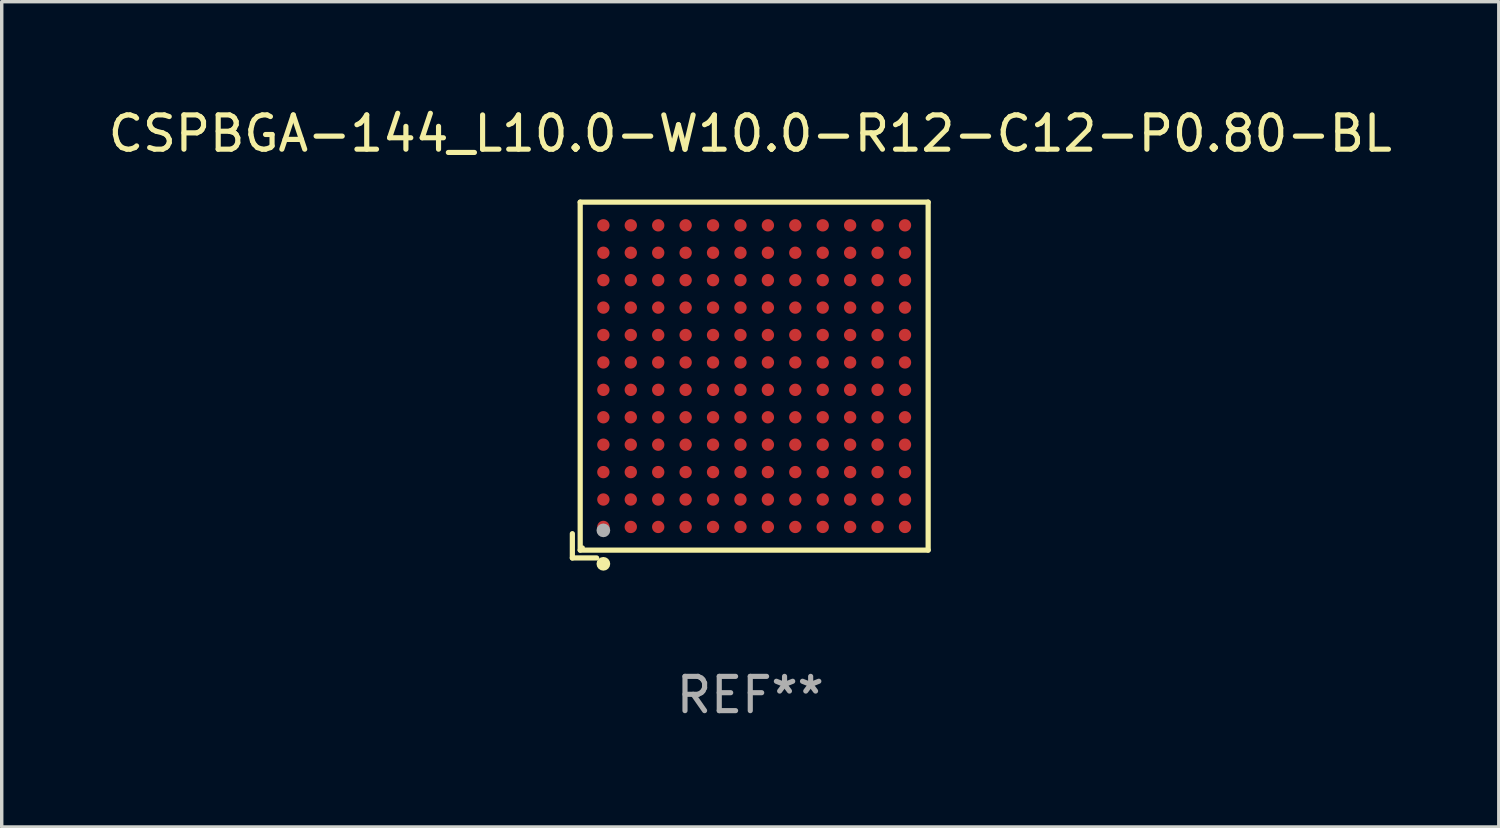
<source format=kicad_pcb>
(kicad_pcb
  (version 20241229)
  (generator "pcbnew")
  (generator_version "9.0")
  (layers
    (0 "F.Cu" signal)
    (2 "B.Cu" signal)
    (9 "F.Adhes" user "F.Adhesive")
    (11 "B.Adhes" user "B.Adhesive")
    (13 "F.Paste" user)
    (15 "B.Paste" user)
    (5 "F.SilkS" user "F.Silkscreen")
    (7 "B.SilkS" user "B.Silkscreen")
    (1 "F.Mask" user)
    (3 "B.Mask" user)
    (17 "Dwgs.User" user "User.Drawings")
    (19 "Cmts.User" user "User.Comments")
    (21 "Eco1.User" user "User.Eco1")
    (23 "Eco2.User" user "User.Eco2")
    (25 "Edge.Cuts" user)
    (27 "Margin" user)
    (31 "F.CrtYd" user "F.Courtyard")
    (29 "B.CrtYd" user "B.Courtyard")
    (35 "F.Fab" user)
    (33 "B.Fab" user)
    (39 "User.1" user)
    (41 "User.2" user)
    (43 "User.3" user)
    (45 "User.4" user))
  (footprint "CSPBGA-144_L10.0-W10.0-R12-C12-P0.80-BL"
    (layer "F.Cu")
    (at 18.954 7.924)
    (property "Reference" "CSPBGA-144_L10.0-W10.0-R12-C12-P0.80-BL" (at -0.114 -7.076 0) (layer "F.SilkS") (effects (font (size 1 1) (thickness 0.15))))
    (attr smd)
    (fp_line (start -5.305 4.596) (end -5.305 5.305) (stroke (width 0.152) (type solid)) (layer "F.SilkS"))
    (fp_line (start -5.305 5.305) (end -4.596 5.305) (stroke (width 0.152) (type solid)) (layer "F.SilkS"))
    (fp_line (start -5.076 -5.076) (end 5.076 -5.076) (stroke (width 0.152) (type solid)) (layer "F.SilkS"))
    (fp_line (start -5.076 5.076) (end -5.076 -5.076) (stroke (width 0.152) (type solid)) (layer "F.SilkS"))
    (fp_line (start 5.076 -5.076) (end 5.076 5.076) (stroke (width 0.152) (type solid)) (layer "F.SilkS"))
    (fp_line (start 5.076 5.076) (end -5.076 5.076) (stroke (width 0.152) (type solid)) (layer "F.SilkS"))
    (fp_circle (center -5 5) (end -4.97 5) (stroke (width 0.06) (type solid)) (fill no) (layer "F.SilkS"))
    (fp_circle (center -4.4 5.476) (end -4.3 5.476) (stroke (width 0.2) (type solid)) (fill no) (layer "F.SilkS"))
    (fp_circle (center -4.4 4.5) (end -4.3 4.5) (stroke (width 0.2) (type solid)) (fill no) (layer "F.Fab"))
    (fp_text user "REF**" (at -0.114 9.305 0) (layer "F.Fab") (effects (font (size 1 1) (thickness 0.15))))
    (pad "A1" smd circle (at -4.4 4.4) (size 0.36 0.36) (layers "F.Cu" "F.Mask" "F.Paste"))
    (pad "A2" smd circle (at -4.4 3.6) (size 0.36 0.36) (layers "F.Cu" "F.Mask" "F.Paste"))
    (pad "A3" smd circle (at -4.4 2.8) (size 0.36 0.36) (layers "F.Cu" "F.Mask" "F.Paste"))
    (pad "A4" smd circle (at -4.4 2) (size 0.36 0.36) (layers "F.Cu" "F.Mask" "F.Paste"))
    (pad "A5" smd circle (at -4.4 1.2) (size 0.36 0.36) (layers "F.Cu" "F.Mask" "F.Paste"))
    (pad "A6" smd circle (at -4.4 0.4) (size 0.36 0.36) (layers "F.Cu" "F.Mask" "F.Paste"))
    (pad "A7" smd circle (at -4.4 -0.4) (size 0.36 0.36) (layers "F.Cu" "F.Mask" "F.Paste"))
    (pad "A8" smd circle (at -4.4 -1.2) (size 0.36 0.36) (layers "F.Cu" "F.Mask" "F.Paste"))
    (pad "A9" smd circle (at -4.4 -2) (size 0.36 0.36) (layers "F.Cu" "F.Mask" "F.Paste"))
    (pad "A10" smd circle (at -4.4 -2.8) (size 0.36 0.36) (layers "F.Cu" "F.Mask" "F.Paste"))
    (pad "A11" smd circle (at -4.4 -3.6) (size 0.36 0.36) (layers "F.Cu" "F.Mask" "F.Paste"))
    (pad "A12" smd circle (at -4.4 -4.4) (size 0.36 0.36) (layers "F.Cu" "F.Mask" "F.Paste"))
    (pad "B1" smd circle (at -3.6 4.4) (size 0.36 0.36) (layers "F.Cu" "F.Mask" "F.Paste"))
    (pad "B2" smd circle (at -3.6 3.6) (size 0.36 0.36) (layers "F.Cu" "F.Mask" "F.Paste"))
    (pad "B3" smd circle (at -3.6 2.8) (size 0.36 0.36) (layers "F.Cu" "F.Mask" "F.Paste"))
    (pad "B4" smd circle (at -3.6 2) (size 0.36 0.36) (layers "F.Cu" "F.Mask" "F.Paste"))
    (pad "B5" smd circle (at -3.6 1.2) (size 0.36 0.36) (layers "F.Cu" "F.Mask" "F.Paste"))
    (pad "B6" smd circle (at -3.6 0.4) (size 0.36 0.36) (layers "F.Cu" "F.Mask" "F.Paste"))
    (pad "B7" smd circle (at -3.6 -0.4) (size 0.36 0.36) (layers "F.Cu" "F.Mask" "F.Paste"))
    (pad "B8" smd circle (at -3.6 -1.2) (size 0.36 0.36) (layers "F.Cu" "F.Mask" "F.Paste"))
    (pad "B9" smd circle (at -3.6 -2) (size 0.36 0.36) (layers "F.Cu" "F.Mask" "F.Paste"))
    (pad "B10" smd circle (at -3.6 -2.8) (size 0.36 0.36) (layers "F.Cu" "F.Mask" "F.Paste"))
    (pad "B11" smd circle (at -3.6 -3.6) (size 0.36 0.36) (layers "F.Cu" "F.Mask" "F.Paste"))
    (pad "B12" smd circle (at -3.6 -4.4) (size 0.36 0.36) (layers "F.Cu" "F.Mask" "F.Paste"))
    (pad "C1" smd circle (at -2.8 4.4) (size 0.36 0.36) (layers "F.Cu" "F.Mask" "F.Paste"))
    (pad "C2" smd circle (at -2.8 3.6) (size 0.36 0.36) (layers "F.Cu" "F.Mask" "F.Paste"))
    (pad "C3" smd circle (at -2.8 2.8) (size 0.36 0.36) (layers "F.Cu" "F.Mask" "F.Paste"))
    (pad "C4" smd circle (at -2.8 2) (size 0.36 0.36) (layers "F.Cu" "F.Mask" "F.Paste"))
    (pad "C5" smd circle (at -2.8 1.2) (size 0.36 0.36) (layers "F.Cu" "F.Mask" "F.Paste"))
    (pad "C6" smd circle (at -2.8 0.4) (size 0.36 0.36) (layers "F.Cu" "F.Mask" "F.Paste"))
    (pad "C7" smd circle (at -2.8 -0.4) (size 0.36 0.36) (layers "F.Cu" "F.Mask" "F.Paste"))
    (pad "C8" smd circle (at -2.8 -1.2) (size 0.36 0.36) (layers "F.Cu" "F.Mask" "F.Paste"))
    (pad "C9" smd circle (at -2.8 -2) (size 0.36 0.36) (layers "F.Cu" "F.Mask" "F.Paste"))
    (pad "C10" smd circle (at -2.8 -2.8) (size 0.36 0.36) (layers "F.Cu" "F.Mask" "F.Paste"))
    (pad "C11" smd circle (at -2.8 -3.6) (size 0.36 0.36) (layers "F.Cu" "F.Mask" "F.Paste"))
    (pad "C12" smd circle (at -2.8 -4.4) (size 0.36 0.36) (layers "F.Cu" "F.Mask" "F.Paste"))
    (pad "D1" smd circle (at -2 4.4) (size 0.36 0.36) (layers "F.Cu" "F.Mask" "F.Paste"))
    (pad "D2" smd circle (at -2 3.6) (size 0.36 0.36) (layers "F.Cu" "F.Mask" "F.Paste"))
    (pad "D3" smd circle (at -2 2.8) (size 0.36 0.36) (layers "F.Cu" "F.Mask" "F.Paste"))
    (pad "D4" smd circle (at -2 2) (size 0.36 0.36) (layers "F.Cu" "F.Mask" "F.Paste"))
    (pad "D5" smd circle (at -2 1.2) (size 0.36 0.36) (layers "F.Cu" "F.Mask" "F.Paste"))
    (pad "D6" smd circle (at -2 0.4) (size 0.36 0.36) (layers "F.Cu" "F.Mask" "F.Paste"))
    (pad "D7" smd circle (at -2 -0.4) (size 0.36 0.36) (layers "F.Cu" "F.Mask" "F.Paste"))
    (pad "D8" smd circle (at -2 -1.2) (size 0.36 0.36) (layers "F.Cu" "F.Mask" "F.Paste"))
    (pad "D9" smd circle (at -2 -2) (size 0.36 0.36) (layers "F.Cu" "F.Mask" "F.Paste"))
    (pad "D10" smd circle (at -2 -2.8) (size 0.36 0.36) (layers "F.Cu" "F.Mask" "F.Paste"))
    (pad "D11" smd circle (at -2 -3.6) (size 0.36 0.36) (layers "F.Cu" "F.Mask" "F.Paste"))
    (pad "D12" smd circle (at -2 -4.4) (size 0.36 0.36) (layers "F.Cu" "F.Mask" "F.Paste"))
    (pad "E1" smd circle (at -1.2 4.4) (size 0.36 0.36) (layers "F.Cu" "F.Mask" "F.Paste"))
    (pad "E2" smd circle (at -1.2 3.6) (size 0.36 0.36) (layers "F.Cu" "F.Mask" "F.Paste"))
    (pad "E3" smd circle (at -1.2 2.8) (size 0.36 0.36) (layers "F.Cu" "F.Mask" "F.Paste"))
    (pad "E4" smd circle (at -1.2 2) (size 0.36 0.36) (layers "F.Cu" "F.Mask" "F.Paste"))
    (pad "E5" smd circle (at -1.2 1.2) (size 0.36 0.36) (layers "F.Cu" "F.Mask" "F.Paste"))
    (pad "E6" smd circle (at -1.2 0.4) (size 0.36 0.36) (layers "F.Cu" "F.Mask" "F.Paste"))
    (pad "E7" smd circle (at -1.2 -0.4) (size 0.36 0.36) (layers "F.Cu" "F.Mask" "F.Paste"))
    (pad "E8" smd circle (at -1.2 -1.2) (size 0.36 0.36) (layers "F.Cu" "F.Mask" "F.Paste"))
    (pad "E9" smd circle (at -1.2 -2) (size 0.36 0.36) (layers "F.Cu" "F.Mask" "F.Paste"))
    (pad "E10" smd circle (at -1.2 -2.8) (size 0.36 0.36) (layers "F.Cu" "F.Mask" "F.Paste"))
    (pad "E11" smd circle (at -1.2 -3.6) (size 0.36 0.36) (layers "F.Cu" "F.Mask" "F.Paste"))
    (pad "E12" smd circle (at -1.2 -4.4) (size 0.36 0.36) (layers "F.Cu" "F.Mask" "F.Paste"))
    (pad "F1" smd circle (at -0.4 4.4) (size 0.36 0.36) (layers "F.Cu" "F.Mask" "F.Paste"))
    (pad "F2" smd circle (at -0.4 3.6) (size 0.36 0.36) (layers "F.Cu" "F.Mask" "F.Paste"))
    (pad "F3" smd circle (at -0.4 2.8) (size 0.36 0.36) (layers "F.Cu" "F.Mask" "F.Paste"))
    (pad "F4" smd circle (at -0.4 2) (size 0.36 0.36) (layers "F.Cu" "F.Mask" "F.Paste"))
    (pad "F5" smd circle (at -0.4 1.2) (size 0.36 0.36) (layers "F.Cu" "F.Mask" "F.Paste"))
    (pad "F6" smd circle (at -0.4 0.4) (size 0.36 0.36) (layers "F.Cu" "F.Mask" "F.Paste"))
    (pad "F7" smd circle (at -0.4 -0.4) (size 0.36 0.36) (layers "F.Cu" "F.Mask" "F.Paste"))
    (pad "F8" smd circle (at -0.4 -1.2) (size 0.36 0.36) (layers "F.Cu" "F.Mask" "F.Paste"))
    (pad "F9" smd circle (at -0.4 -2) (size 0.36 0.36) (layers "F.Cu" "F.Mask" "F.Paste"))
    (pad "F10" smd circle (at -0.4 -2.8) (size 0.36 0.36) (layers "F.Cu" "F.Mask" "F.Paste"))
    (pad "F11" smd circle (at -0.4 -3.6) (size 0.36 0.36) (layers "F.Cu" "F.Mask" "F.Paste"))
    (pad "F12" smd circle (at -0.4 -4.4) (size 0.36 0.36) (layers "F.Cu" "F.Mask" "F.Paste"))
    (pad "G1" smd circle (at 0.4 4.4) (size 0.36 0.36) (layers "F.Cu" "F.Mask" "F.Paste"))
    (pad "G2" smd circle (at 0.4 3.6) (size 0.36 0.36) (layers "F.Cu" "F.Mask" "F.Paste"))
    (pad "G3" smd circle (at 0.4 2.8) (size 0.36 0.36) (layers "F.Cu" "F.Mask" "F.Paste"))
    (pad "G4" smd circle (at 0.4 2) (size 0.36 0.36) (layers "F.Cu" "F.Mask" "F.Paste"))
    (pad "G5" smd circle (at 0.4 1.2) (size 0.36 0.36) (layers "F.Cu" "F.Mask" "F.Paste"))
    (pad "G6" smd circle (at 0.4 0.4) (size 0.36 0.36) (layers "F.Cu" "F.Mask" "F.Paste"))
    (pad "G7" smd circle (at 0.4 -0.4) (size 0.36 0.36) (layers "F.Cu" "F.Mask" "F.Paste"))
    (pad "G8" smd circle (at 0.4 -1.2) (size 0.36 0.36) (layers "F.Cu" "F.Mask" "F.Paste"))
    (pad "G9" smd circle (at 0.4 -2) (size 0.36 0.36) (layers "F.Cu" "F.Mask" "F.Paste"))
    (pad "G10" smd circle (at 0.4 -2.8) (size 0.36 0.36) (layers "F.Cu" "F.Mask" "F.Paste"))
    (pad "G11" smd circle (at 0.4 -3.6) (size 0.36 0.36) (layers "F.Cu" "F.Mask" "F.Paste"))
    (pad "G12" smd circle (at 0.4 -4.4) (size 0.36 0.36) (layers "F.Cu" "F.Mask" "F.Paste"))
    (pad "H1" smd circle (at 1.2 4.4) (size 0.36 0.36) (layers "F.Cu" "F.Mask" "F.Paste"))
    (pad "H2" smd circle (at 1.2 3.6) (size 0.36 0.36) (layers "F.Cu" "F.Mask" "F.Paste"))
    (pad "H3" smd circle (at 1.2 2.8) (size 0.36 0.36) (layers "F.Cu" "F.Mask" "F.Paste"))
    (pad "H4" smd circle (at 1.2 2) (size 0.36 0.36) (layers "F.Cu" "F.Mask" "F.Paste"))
    (pad "H5" smd circle (at 1.2 1.2) (size 0.36 0.36) (layers "F.Cu" "F.Mask" "F.Paste"))
    (pad "H6" smd circle (at 1.2 0.4) (size 0.36 0.36) (layers "F.Cu" "F.Mask" "F.Paste"))
    (pad "H7" smd circle (at 1.2 -0.4) (size 0.36 0.36) (layers "F.Cu" "F.Mask" "F.Paste"))
    (pad "H8" smd circle (at 1.2 -1.2) (size 0.36 0.36) (layers "F.Cu" "F.Mask" "F.Paste"))
    (pad "H9" smd circle (at 1.2 -2) (size 0.36 0.36) (layers "F.Cu" "F.Mask" "F.Paste"))
    (pad "H10" smd circle (at 1.2 -2.8) (size 0.36 0.36) (layers "F.Cu" "F.Mask" "F.Paste"))
    (pad "H11" smd circle (at 1.2 -3.6) (size 0.36 0.36) (layers "F.Cu" "F.Mask" "F.Paste"))
    (pad "H12" smd circle (at 1.2 -4.4) (size 0.36 0.36) (layers "F.Cu" "F.Mask" "F.Paste"))
    (pad "J1" smd circle (at 2 4.4) (size 0.36 0.36) (layers "F.Cu" "F.Mask" "F.Paste"))
    (pad "J2" smd circle (at 2 3.6) (size 0.36 0.36) (layers "F.Cu" "F.Mask" "F.Paste"))
    (pad "J3" smd circle (at 2 2.8) (size 0.36 0.36) (layers "F.Cu" "F.Mask" "F.Paste"))
    (pad "J4" smd circle (at 2 2) (size 0.36 0.36) (layers "F.Cu" "F.Mask" "F.Paste"))
    (pad "J5" smd circle (at 2 1.2) (size 0.36 0.36) (layers "F.Cu" "F.Mask" "F.Paste"))
    (pad "J6" smd circle (at 2 0.4) (size 0.36 0.36) (layers "F.Cu" "F.Mask" "F.Paste"))
    (pad "J7" smd circle (at 2 -0.4) (size 0.36 0.36) (layers "F.Cu" "F.Mask" "F.Paste"))
    (pad "J8" smd circle (at 2 -1.2) (size 0.36 0.36) (layers "F.Cu" "F.Mask" "F.Paste"))
    (pad "J9" smd circle (at 2 -2) (size 0.36 0.36) (layers "F.Cu" "F.Mask" "F.Paste"))
    (pad "J10" smd circle (at 2 -2.8) (size 0.36 0.36) (layers "F.Cu" "F.Mask" "F.Paste"))
    (pad "J11" smd circle (at 2 -3.6) (size 0.36 0.36) (layers "F.Cu" "F.Mask" "F.Paste"))
    (pad "J12" smd circle (at 2 -4.4) (size 0.36 0.36) (layers "F.Cu" "F.Mask" "F.Paste"))
    (pad "K1" smd circle (at 2.8 4.4) (size 0.36 0.36) (layers "F.Cu" "F.Mask" "F.Paste"))
    (pad "K2" smd circle (at 2.8 3.6) (size 0.36 0.36) (layers "F.Cu" "F.Mask" "F.Paste"))
    (pad "K3" smd circle (at 2.8 2.8) (size 0.36 0.36) (layers "F.Cu" "F.Mask" "F.Paste"))
    (pad "K4" smd circle (at 2.8 2) (size 0.36 0.36) (layers "F.Cu" "F.Mask" "F.Paste"))
    (pad "K5" smd circle (at 2.8 1.2) (size 0.36 0.36) (layers "F.Cu" "F.Mask" "F.Paste"))
    (pad "K6" smd circle (at 2.8 0.4) (size 0.36 0.36) (layers "F.Cu" "F.Mask" "F.Paste"))
    (pad "K7" smd circle (at 2.8 -0.4) (size 0.36 0.36) (layers "F.Cu" "F.Mask" "F.Paste"))
    (pad "K8" smd circle (at 2.8 -1.2) (size 0.36 0.36) (layers "F.Cu" "F.Mask" "F.Paste"))
    (pad "K9" smd circle (at 2.8 -2) (size 0.36 0.36) (layers "F.Cu" "F.Mask" "F.Paste"))
    (pad "K10" smd circle (at 2.8 -2.8) (size 0.36 0.36) (layers "F.Cu" "F.Mask" "F.Paste"))
    (pad "K11" smd circle (at 2.8 -3.6) (size 0.36 0.36) (layers "F.Cu" "F.Mask" "F.Paste"))
    (pad "K12" smd circle (at 2.8 -4.4) (size 0.36 0.36) (layers "F.Cu" "F.Mask" "F.Paste"))
    (pad "L1" smd circle (at 3.6 4.4) (size 0.36 0.36) (layers "F.Cu" "F.Mask" "F.Paste"))
    (pad "L2" smd circle (at 3.6 3.6) (size 0.36 0.36) (layers "F.Cu" "F.Mask" "F.Paste"))
    (pad "L3" smd circle (at 3.6 2.8) (size 0.36 0.36) (layers "F.Cu" "F.Mask" "F.Paste"))
    (pad "L4" smd circle (at 3.6 2) (size 0.36 0.36) (layers "F.Cu" "F.Mask" "F.Paste"))
    (pad "L5" smd circle (at 3.6 1.2) (size 0.36 0.36) (layers "F.Cu" "F.Mask" "F.Paste"))
    (pad "L6" smd circle (at 3.6 0.4) (size 0.36 0.36) (layers "F.Cu" "F.Mask" "F.Paste"))
    (pad "L7" smd circle (at 3.6 -0.4) (size 0.36 0.36) (layers "F.Cu" "F.Mask" "F.Paste"))
    (pad "L8" smd circle (at 3.6 -1.2) (size 0.36 0.36) (layers "F.Cu" "F.Mask" "F.Paste"))
    (pad "L9" smd circle (at 3.6 -2) (size 0.36 0.36) (layers "F.Cu" "F.Mask" "F.Paste"))
    (pad "L10" smd circle (at 3.6 -2.8) (size 0.36 0.36) (layers "F.Cu" "F.Mask" "F.Paste"))
    (pad "L11" smd circle (at 3.6 -3.6) (size 0.36 0.36) (layers "F.Cu" "F.Mask" "F.Paste"))
    (pad "L12" smd circle (at 3.6 -4.4) (size 0.36 0.36) (layers "F.Cu" "F.Mask" "F.Paste"))
    (pad "M1" smd circle (at 4.4 4.4) (size 0.36 0.36) (layers "F.Cu" "F.Mask" "F.Paste"))
    (pad "M2" smd circle (at 4.4 3.6) (size 0.36 0.36) (layers "F.Cu" "F.Mask" "F.Paste"))
    (pad "M3" smd circle (at 4.4 2.8) (size 0.36 0.36) (layers "F.Cu" "F.Mask" "F.Paste"))
    (pad "M4" smd circle (at 4.4 2) (size 0.36 0.36) (layers "F.Cu" "F.Mask" "F.Paste"))
    (pad "M5" smd circle (at 4.4 1.2) (size 0.36 0.36) (layers "F.Cu" "F.Mask" "F.Paste"))
    (pad "M6" smd circle (at 4.4 0.4) (size 0.36 0.36) (layers "F.Cu" "F.Mask" "F.Paste"))
    (pad "M7" smd circle (at 4.4 -0.4) (size 0.36 0.36) (layers "F.Cu" "F.Mask" "F.Paste"))
    (pad "M8" smd circle (at 4.4 -1.2) (size 0.36 0.36) (layers "F.Cu" "F.Mask" "F.Paste"))
    (pad "M9" smd circle (at 4.4 -2) (size 0.36 0.36) (layers "F.Cu" "F.Mask" "F.Paste"))
    (pad "M10" smd circle (at 4.4 -2.8) (size 0.36 0.36) (layers "F.Cu" "F.Mask" "F.Paste"))
    (pad "M11" smd circle (at 4.4 -3.6) (size 0.36 0.36) (layers "F.Cu" "F.Mask" "F.Paste"))
    (pad "M12" smd circle (at 4.4 -4.4) (size 0.36 0.36) (layers "F.Cu" "F.Mask" "F.Paste")))
  (gr_rect
    (start -3 -3)
    (end 40.679 21.078)
    (stroke (width 0.1) (type default))
    (fill no)
    (layer "Edge.Cuts")))
</source>
